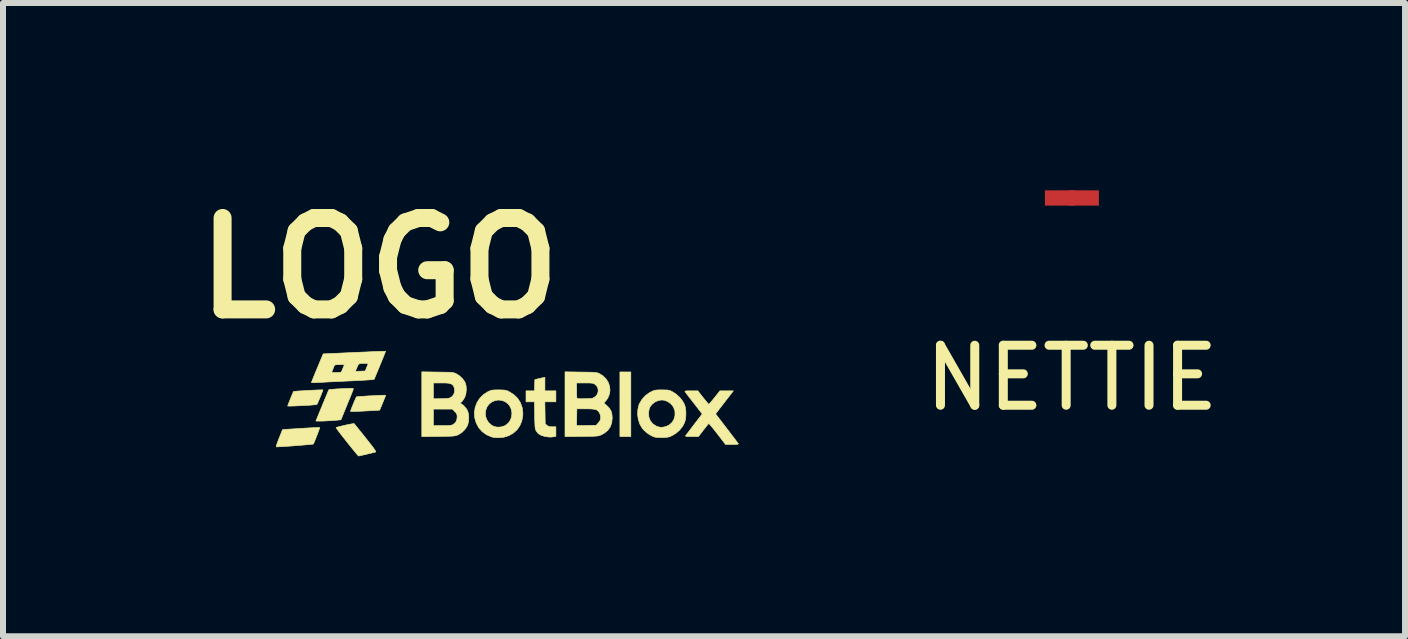
<source format=kicad_pcb>
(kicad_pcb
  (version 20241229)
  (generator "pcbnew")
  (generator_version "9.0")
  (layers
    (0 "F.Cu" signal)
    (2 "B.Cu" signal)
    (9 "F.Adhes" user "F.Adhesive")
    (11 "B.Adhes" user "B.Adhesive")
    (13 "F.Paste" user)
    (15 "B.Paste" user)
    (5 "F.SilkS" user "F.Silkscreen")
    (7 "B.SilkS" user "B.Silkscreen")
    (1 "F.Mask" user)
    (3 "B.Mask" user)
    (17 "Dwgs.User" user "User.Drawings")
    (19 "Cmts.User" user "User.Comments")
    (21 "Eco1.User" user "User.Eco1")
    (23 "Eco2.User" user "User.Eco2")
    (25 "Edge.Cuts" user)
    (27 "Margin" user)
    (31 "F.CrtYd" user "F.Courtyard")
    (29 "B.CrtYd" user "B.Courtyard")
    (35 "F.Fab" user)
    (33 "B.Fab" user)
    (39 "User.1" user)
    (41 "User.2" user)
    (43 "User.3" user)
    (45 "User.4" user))
  (footprint "LOGO"
    (layer "F.Cu")
    (at 5.403 3.678)
    (property "Reference" "LOGO" (at -2.13 -2.26 0) (layer "F.SilkS") (effects (font (size 1.524 1.524) (thickness 0.3))))
    (attr through_hole)
    (fp_poly (pts (xy 2.062 0.549) (xy 1.88 0.549) (xy 1.88 -0.528) (xy 2.062 -0.528) (xy 2.062 0.549)) (stroke (width 0.01) (type solid)) (fill yes) (layer "F.SilkS"))
    (fp_poly (pts (xy -2.026 -0.139) (xy -2.028 -0.129) (xy -2.037 -0.104) (xy -2.052 -0.067) (xy -2.07 -0.023) (xy -2.074 -0.013) (xy -2.125 0.109) (xy -2.228 0.115) (xy -2.335 0.121) (xy -2.426 0.126) (xy -2.499 0.129) (xy -2.555 0.131) (xy -2.592 0.131) (xy -2.61 0.129) (xy -2.611 0.128) (xy -2.607 0.115) (xy -2.597 0.089) (xy -2.583 0.052) (xy -2.566 0.011) (xy -2.549 -0.03) (xy -2.533 -0.067) (xy -2.52 -0.096) (xy -2.512 -0.112) (xy -2.511 -0.113) (xy -2.5 -0.115) (xy -2.472 -0.118) (xy -2.43 -0.121) (xy -2.379 -0.124) (xy -2.321 -0.128) (xy -2.26 -0.131) (xy -2.2 -0.134) (xy -2.144 -0.137) (xy -2.095 -0.139) (xy -2.056 -0.14) (xy -2.032 -0.14) (xy -2.026 -0.139)) (stroke (width 0.01) (type solid)) (fill yes) (layer "F.SilkS"))
    (fp_poly (pts (xy -3.126 0.398) (xy -3.124 0.398) (xy -3.126 0.408) (xy -3.134 0.433) (xy -3.147 0.469) (xy -3.163 0.511) (xy -3.18 0.555) (xy -3.197 0.598) (xy -3.212 0.635) (xy -3.224 0.661) (xy -3.231 0.674) (xy -3.242 0.676) (xy -3.27 0.679) (xy -3.313 0.683) (xy -3.366 0.688) (xy -3.428 0.693) (xy -3.496 0.698) (xy -3.565 0.704) (xy -3.634 0.709) (xy -3.699 0.713) (xy -3.758 0.717) (xy -3.806 0.719) (xy -3.842 0.721) (xy -3.847 0.721) (xy -3.848 0.712) (xy -3.842 0.688) (xy -3.829 0.65) (xy -3.811 0.601) (xy -3.801 0.577) (xy -3.743 0.432) (xy -3.436 0.413) (xy -3.359 0.408) (xy -3.289 0.404) (xy -3.228 0.401) (xy -3.179 0.399) (xy -3.144 0.398) (xy -3.126 0.398)) (stroke (width 0.01) (type solid)) (fill yes) (layer "F.SilkS"))
    (fp_poly (pts (xy 0.63 -0.213) (xy 0.813 -0.213) (xy 0.813 -0.03) (xy 0.629 -0.03) (xy 0.632 0.153) (xy 0.635 0.337) (xy 0.664 0.362) (xy 0.685 0.376) (xy 0.71 0.384) (xy 0.747 0.386) (xy 0.752 0.386) (xy 0.813 0.386) (xy 0.813 0.546) (xy 0.775 0.552) (xy 0.74 0.557) (xy 0.707 0.557) (xy 0.667 0.553) (xy 0.63 0.547) (xy 0.568 0.529) (xy 0.518 0.498) (xy 0.484 0.455) (xy 0.482 0.45) (xy 0.475 0.435) (xy 0.47 0.417) (xy 0.466 0.393) (xy 0.464 0.36) (xy 0.462 0.316) (xy 0.46 0.257) (xy 0.459 0.191) (xy 0.456 -0.03) (xy 0.315 -0.03) (xy 0.315 -0.213) (xy 0.456 -0.213) (xy 0.459 -0.307) (xy 0.462 -0.4) (xy 0.509 -0.412) (xy 0.547 -0.421) (xy 0.584 -0.429) (xy 0.593 -0.431) (xy 0.63 -0.438) (xy 0.63 -0.213)) (stroke (width 0.01) (type solid)) (fill yes) (layer "F.SilkS"))
    (fp_poly (pts (xy -3.071 -0.229) (xy -3.073 -0.22) (xy -3.082 -0.195) (xy -3.095 -0.161) (xy -3.111 -0.121) (xy -3.128 -0.08) (xy -3.145 -0.042) (xy -3.158 -0.01) (xy -3.168 0.009) (xy -3.17 0.013) (xy -3.182 0.016) (xy -3.21 0.019) (xy -3.251 0.023) (xy -3.302 0.027) (xy -3.359 0.03) (xy -3.42 0.033) (xy -3.48 0.036) (xy -3.536 0.039) (xy -3.586 0.04) (xy -3.625 0.041) (xy -3.65 0.04) (xy -3.658 0.039) (xy -3.654 0.027) (xy -3.644 0.001) (xy -3.63 -0.035) (xy -3.614 -0.075) (xy -3.597 -0.117) (xy -3.581 -0.155) (xy -3.569 -0.184) (xy -3.561 -0.201) (xy -3.56 -0.203) (xy -3.549 -0.204) (xy -3.521 -0.207) (xy -3.48 -0.21) (xy -3.429 -0.213) (xy -3.372 -0.216) (xy -3.311 -0.22) (xy -3.25 -0.223) (xy -3.193 -0.226) (xy -3.144 -0.228) (xy -3.104 -0.229) (xy -3.079 -0.23) (xy -3.071 -0.229)) (stroke (width 0.01) (type solid)) (fill yes) (layer "F.SilkS"))
    (fp_poly (pts (xy -2.583 -0.255) (xy -2.57 -0.253) (xy -2.564 -0.249) (xy -2.564 -0.243) (xy -2.565 -0.239) (xy -2.57 -0.224) (xy -2.582 -0.193) (xy -2.599 -0.149) (xy -2.621 -0.095) (xy -2.647 -0.033) (xy -2.67 0.025) (xy -2.77 0.269) (xy -2.836 0.276) (xy -2.887 0.28) (xy -2.943 0.284) (xy -3.001 0.287) (xy -3.056 0.29) (xy -3.106 0.291) (xy -3.147 0.291) (xy -3.175 0.291) (xy -3.187 0.289) (xy -3.188 0.288) (xy -3.182 0.277) (xy -3.171 0.249) (xy -3.154 0.208) (xy -3.132 0.155) (xy -3.107 0.094) (xy -3.079 0.026) (xy -3.079 0.025) (xy -3.051 -0.042) (xy -3.026 -0.103) (xy -3.004 -0.155) (xy -2.987 -0.196) (xy -2.975 -0.223) (xy -2.97 -0.234) (xy -2.97 -0.234) (xy -2.959 -0.236) (xy -2.931 -0.238) (xy -2.888 -0.241) (xy -2.835 -0.245) (xy -2.774 -0.248) (xy -2.762 -0.249) (xy -2.693 -0.252) (xy -2.642 -0.254) (xy -2.606 -0.255) (xy -2.583 -0.255)) (stroke (width 0.01) (type solid)) (fill yes) (layer "F.SilkS"))
    (fp_poly (pts (xy -2.549 0.333) (xy -2.542 0.343) (xy -2.523 0.366) (xy -2.495 0.401) (xy -2.459 0.446) (xy -2.417 0.498) (xy -2.37 0.556) (xy -2.359 0.571) (xy -2.304 0.64) (xy -2.261 0.695) (xy -2.229 0.737) (xy -2.208 0.768) (xy -2.195 0.788) (xy -2.19 0.801) (xy -2.192 0.806) (xy -2.192 0.807) (xy -2.212 0.812) (xy -2.244 0.82) (xy -2.286 0.83) (xy -2.332 0.841) (xy -2.378 0.852) (xy -2.42 0.861) (xy -2.453 0.868) (xy -2.474 0.873) (xy -2.478 0.873) (xy -2.485 0.865) (xy -2.504 0.844) (xy -2.532 0.81) (xy -2.568 0.766) (xy -2.61 0.714) (xy -2.656 0.657) (xy -2.67 0.639) (xy -2.717 0.579) (xy -2.76 0.525) (xy -2.796 0.478) (xy -2.824 0.44) (xy -2.843 0.414) (xy -2.851 0.4) (xy -2.851 0.399) (xy -2.839 0.394) (xy -2.811 0.386) (xy -2.773 0.377) (xy -2.727 0.366) (xy -2.68 0.355) (xy -2.634 0.346) (xy -2.594 0.338) (xy -2.565 0.334) (xy -2.55 0.333) (xy -2.549 0.333)) (stroke (width 0.01) (type solid)) (fill yes) (layer "F.SilkS"))
    (fp_poly (pts (xy -0.09 -0.228) (xy -0.053 -0.226) (xy -0.025 -0.222) (xy -0.001 -0.215) (xy 0.025 -0.204) (xy 0.03 -0.201) (xy 0.11 -0.151) (xy 0.174 -0.09) (xy 0.221 -0.017) (xy 0.251 0.065) (xy 0.262 0.155) (xy 0.261 0.201) (xy 0.245 0.289) (xy 0.212 0.368) (xy 0.164 0.437) (xy 0.102 0.492) (xy 0.029 0.534) (xy -0.055 0.56) (xy -0.146 0.568) (xy -0.146 0.568) (xy -0.189 0.566) (xy -0.231 0.561) (xy -0.259 0.555) (xy -0.344 0.518) (xy -0.416 0.466) (xy -0.473 0.401) (xy -0.515 0.323) (xy -0.54 0.235) (xy -0.546 0.147) (xy -0.544 0.14) (xy -0.362 0.14) (xy -0.36 0.204) (xy -0.341 0.265) (xy -0.306 0.318) (xy -0.258 0.36) (xy -0.218 0.381) (xy -0.163 0.392) (xy -0.102 0.389) (xy -0.044 0.371) (xy -0.025 0.361) (xy 0.022 0.322) (xy 0.056 0.272) (xy 0.075 0.215) (xy 0.08 0.154) (xy 0.069 0.094) (xy 0.043 0.038) (xy 0.016 0.005) (xy -0.036 -0.034) (xy -0.092 -0.055) (xy -0.15 -0.06) (xy -0.207 -0.049) (xy -0.26 -0.025) (xy -0.305 0.013) (xy -0.339 0.062) (xy -0.36 0.123) (xy -0.362 0.14) (xy -0.544 0.14) (xy -0.532 0.061) (xy -0.501 -0.019) (xy -0.455 -0.091) (xy -0.393 -0.152) (xy -0.318 -0.2) (xy -0.318 -0.2) (xy -0.29 -0.212) (xy -0.266 -0.221) (xy -0.24 -0.226) (xy -0.206 -0.228) (xy -0.158 -0.229) (xy -0.142 -0.229) (xy -0.09 -0.228)) (stroke (width 0.01) (type solid)) (fill yes) (layer "F.SilkS"))
    (fp_poly (pts (xy 3.266 -0.102) (xy 3.299 -0.061) (xy 3.327 -0.027) (xy 3.348 -0.003) (xy 3.36 0.009) (xy 3.362 0.01) (xy 3.371 0.003) (xy 3.389 -0.018) (xy 3.416 -0.049) (xy 3.447 -0.087) (xy 3.459 -0.102) (xy 3.547 -0.213) (xy 3.771 -0.213) (xy 3.687 -0.104) (xy 3.648 -0.054) (xy 3.607 -0.000021) (xy 3.567 0.051) (xy 3.539 0.088) (xy 3.475 0.171) (xy 3.662 0.415) (xy 3.709 0.476) (xy 3.752 0.533) (xy 3.79 0.582) (xy 3.82 0.623) (xy 3.842 0.652) (xy 3.854 0.668) (xy 3.855 0.67) (xy 3.85 0.675) (xy 3.827 0.679) (xy 3.784 0.68) (xy 3.752 0.681) (xy 3.641 0.681) (xy 3.505 0.504) (xy 3.465 0.453) (xy 3.429 0.408) (xy 3.398 0.371) (xy 3.376 0.345) (xy 3.363 0.333) (xy 3.361 0.332) (xy 3.352 0.341) (xy 3.334 0.363) (xy 3.308 0.395) (xy 3.278 0.434) (xy 3.271 0.442) (xy 3.189 0.549) (xy 3.077 0.549) (xy 3.026 0.548) (xy 2.994 0.547) (xy 2.977 0.543) (xy 2.973 0.539) (xy 2.974 0.536) (xy 2.983 0.524) (xy 3.002 0.499) (xy 3.03 0.463) (xy 3.064 0.418) (xy 3.102 0.367) (xy 3.118 0.347) (xy 3.252 0.172) (xy 3.117 -0.003) (xy 3.076 -0.055) (xy 3.039 -0.103) (xy 3.008 -0.143) (xy 2.985 -0.174) (xy 2.971 -0.192) (xy 2.969 -0.195) (xy 2.964 -0.203) (xy 2.966 -0.208) (xy 2.978 -0.211) (xy 3.002 -0.213) (xy 3.043 -0.213) (xy 3.067 -0.213) (xy 3.179 -0.213) (xy 3.266 -0.102)) (stroke (width 0.01) (type solid)) (fill yes) (layer "F.SilkS"))
    (fp_poly (pts (xy 2.632 -0.228) (xy 2.668 -0.227) (xy 2.695 -0.223) (xy 2.719 -0.216) (xy 2.743 -0.204) (xy 2.759 -0.196) (xy 2.818 -0.158) (xy 2.873 -0.108) (xy 2.92 -0.051) (xy 2.953 0.007) (xy 2.957 0.017) (xy 2.97 0.058) (xy 2.977 0.1) (xy 2.98 0.154) (xy 2.98 0.168) (xy 2.978 0.224) (xy 2.972 0.268) (xy 2.96 0.309) (xy 2.957 0.318) (xy 2.924 0.38) (xy 2.876 0.44) (xy 2.817 0.492) (xy 2.756 0.53) (xy 2.72 0.547) (xy 2.689 0.557) (xy 2.655 0.562) (xy 2.61 0.565) (xy 2.597 0.565) (xy 2.55 0.565) (xy 2.504 0.563) (xy 2.469 0.559) (xy 2.461 0.558) (xy 2.417 0.541) (xy 2.366 0.512) (xy 2.316 0.475) (xy 2.273 0.435) (xy 2.253 0.411) (xy 2.213 0.343) (xy 2.187 0.265) (xy 2.175 0.182) (xy 2.176 0.16) (xy 2.357 0.16) (xy 2.364 0.227) (xy 2.387 0.286) (xy 2.427 0.335) (xy 2.481 0.372) (xy 2.52 0.387) (xy 2.561 0.395) (xy 2.606 0.391) (xy 2.649 0.381) (xy 2.705 0.354) (xy 2.75 0.313) (xy 2.781 0.261) (xy 2.798 0.2) (xy 2.798 0.135) (xy 2.794 0.111) (xy 2.77 0.053) (xy 2.731 0.004) (xy 2.68 -0.033) (xy 2.622 -0.056) (xy 2.577 -0.061) (xy 2.522 -0.052) (xy 2.468 -0.029) (xy 2.421 0.006) (xy 2.385 0.049) (xy 2.368 0.088) (xy 2.357 0.16) (xy 2.176 0.16) (xy 2.179 0.099) (xy 2.197 0.022) (xy 2.207 -0.002) (xy 2.251 -0.074) (xy 2.309 -0.137) (xy 2.378 -0.186) (xy 2.396 -0.195) (xy 2.426 -0.21) (xy 2.451 -0.219) (xy 2.477 -0.225) (xy 2.508 -0.228) (xy 2.551 -0.229) (xy 2.58 -0.229) (xy 2.632 -0.228)) (stroke (width 0.01) (type solid)) (fill yes) (layer "F.SilkS"))
    (fp_poly (pts (xy -2.027 -0.872) (xy -2.03 -0.862) (xy -2.04 -0.836) (xy -2.055 -0.797) (xy -2.075 -0.746) (xy -2.1 -0.687) (xy -2.119 -0.64) (xy -2.145 -0.576) (xy -2.169 -0.519) (xy -2.19 -0.47) (xy -2.205 -0.433) (xy -2.214 -0.41) (xy -2.217 -0.404) (xy -2.227 -0.402) (xy -2.256 -0.399) (xy -2.301 -0.396) (xy -2.36 -0.392) (xy -2.43 -0.388) (xy -2.511 -0.384) (xy -2.599 -0.379) (xy -2.657 -0.377) (xy -2.753 -0.372) (xy -2.845 -0.368) (xy -2.932 -0.364) (xy -3.01 -0.36) (xy -3.077 -0.356) (xy -3.13 -0.354) (xy -3.167 -0.352) (xy -3.178 -0.351) (xy -3.216 -0.349) (xy -3.245 -0.349) (xy -3.26 -0.351) (xy -3.261 -0.353) (xy -3.258 -0.364) (xy -3.247 -0.391) (xy -3.231 -0.431) (xy -3.21 -0.483) (xy -3.195 -0.518) (xy -2.926 -0.518) (xy -2.846 -0.518) (xy -2.798 -0.52) (xy -2.77 -0.524) (xy -2.761 -0.531) (xy -2.758 -0.538) (xy -2.529 -0.538) (xy -2.447 -0.541) (xy -2.365 -0.544) (xy -2.341 -0.604) (xy -2.328 -0.635) (xy -2.319 -0.658) (xy -2.316 -0.667) (xy -2.326 -0.669) (xy -2.35 -0.67) (xy -2.385 -0.671) (xy -2.391 -0.671) (xy -2.433 -0.67) (xy -2.459 -0.666) (xy -2.477 -0.654) (xy -2.491 -0.63) (xy -2.507 -0.592) (xy -2.507 -0.591) (xy -2.529 -0.538) (xy -2.758 -0.538) (xy -2.754 -0.547) (xy -2.743 -0.575) (xy -2.734 -0.597) (xy -2.713 -0.65) (xy -2.793 -0.65) (xy -2.84 -0.649) (xy -2.869 -0.644) (xy -2.878 -0.638) (xy -2.885 -0.621) (xy -2.896 -0.594) (xy -2.905 -0.572) (xy -2.926 -0.518) (xy -3.195 -0.518) (xy -3.185 -0.543) (xy -3.164 -0.594) (xy -3.066 -0.829) (xy -2.548 -0.853) (xy -2.448 -0.857) (xy -2.354 -0.861) (xy -2.268 -0.865) (xy -2.192 -0.868) (xy -2.128 -0.87) (xy -2.078 -0.872) (xy -2.044 -0.873) (xy -2.028 -0.873) (xy -2.027 -0.872)) (stroke (width 0.01) (type solid)) (fill yes) (layer "F.SilkS"))
    (fp_poly (pts (xy 1.227 -0.526) (xy 1.308 -0.525) (xy 1.371 -0.524) (xy 1.419 -0.523) (xy 1.455 -0.52) (xy 1.482 -0.517) (xy 1.503 -0.514) (xy 1.519 -0.508) (xy 1.535 -0.502) (xy 1.599 -0.462) (xy 1.65 -0.411) (xy 1.687 -0.352) (xy 1.709 -0.287) (xy 1.715 -0.219) (xy 1.704 -0.153) (xy 1.677 -0.089) (xy 1.65 -0.053) (xy 1.613 -0.01) (xy 1.661 0.032) (xy 1.704 0.076) (xy 1.732 0.121) (xy 1.747 0.172) (xy 1.752 0.235) (xy 1.752 0.239) (xy 1.744 0.319) (xy 1.719 0.388) (xy 1.678 0.446) (xy 1.619 0.493) (xy 1.576 0.517) (xy 1.558 0.525) (xy 1.542 0.531) (xy 1.525 0.536) (xy 1.503 0.539) (xy 1.475 0.542) (xy 1.437 0.544) (xy 1.386 0.545) (xy 1.321 0.546) (xy 1.242 0.547) (xy 0.965 0.55) (xy 0.965 0.367) (xy 1.158 0.367) (xy 1.485 0.361) (xy 1.519 0.323) (xy 1.55 0.28) (xy 1.561 0.235) (xy 1.553 0.187) (xy 1.546 0.169) (xy 1.531 0.141) (xy 1.514 0.119) (xy 1.491 0.104) (xy 1.459 0.095) (xy 1.416 0.089) (xy 1.357 0.087) (xy 1.311 0.087) (xy 1.163 0.086) (xy 1.16 0.227) (xy 1.158 0.367) (xy 0.965 0.367) (xy 0.965 -0.345) (xy 1.158 -0.345) (xy 1.158 -0.22) (xy 1.159 -0.172) (xy 1.16 -0.131) (xy 1.162 -0.101) (xy 1.165 -0.088) (xy 1.165 -0.088) (xy 1.179 -0.085) (xy 1.207 -0.082) (xy 1.247 -0.081) (xy 1.292 -0.082) (xy 1.338 -0.083) (xy 1.379 -0.085) (xy 1.412 -0.088) (xy 1.429 -0.092) (xy 1.472 -0.117) (xy 1.501 -0.153) (xy 1.516 -0.195) (xy 1.517 -0.239) (xy 1.503 -0.281) (xy 1.472 -0.316) (xy 1.464 -0.322) (xy 1.448 -0.332) (xy 1.432 -0.338) (xy 1.41 -0.342) (xy 1.38 -0.344) (xy 1.336 -0.345) (xy 1.294 -0.345) (xy 1.158 -0.345) (xy 0.965 -0.345) (xy 0.965 -0.53) (xy 1.227 -0.526)) (stroke (width 0.01) (type solid)) (fill yes) (layer "F.SilkS"))
    (fp_poly (pts (xy -1.161 -0.526) (xy -1.081 -0.525) (xy -1.018 -0.524) (xy -0.971 -0.523) (xy -0.935 -0.521) (xy -0.909 -0.518) (xy -0.889 -0.514) (xy -0.872 -0.509) (xy -0.857 -0.502) (xy -0.849 -0.499) (xy -0.793 -0.463) (xy -0.744 -0.417) (xy -0.708 -0.367) (xy -0.7 -0.352) (xy -0.684 -0.298) (xy -0.68 -0.234) (xy -0.686 -0.17) (xy -0.703 -0.113) (xy -0.707 -0.104) (xy -0.727 -0.07) (xy -0.748 -0.041) (xy -0.76 -0.029) (xy -0.777 -0.013) (xy -0.777 -0.004) (xy -0.773 -0.002) (xy -0.749 0.013) (xy -0.719 0.039) (xy -0.69 0.072) (xy -0.667 0.104) (xy -0.661 0.116) (xy -0.645 0.166) (xy -0.639 0.226) (xy -0.642 0.289) (xy -0.655 0.347) (xy -0.664 0.371) (xy -0.699 0.425) (xy -0.748 0.475) (xy -0.806 0.514) (xy -0.822 0.522) (xy -0.837 0.528) (xy -0.853 0.533) (xy -0.873 0.537) (xy -0.898 0.54) (xy -0.933 0.543) (xy -0.979 0.544) (xy -1.039 0.545) (xy -1.116 0.546) (xy -1.146 0.547) (xy -1.422 0.55) (xy -1.422 0.091) (xy -1.229 0.091) (xy -1.229 0.366) (xy -1.078 0.366) (xy -1.019 0.366) (xy -0.977 0.365) (xy -0.947 0.362) (xy -0.926 0.359) (xy -0.91 0.353) (xy -0.895 0.344) (xy -0.893 0.343) (xy -0.859 0.313) (xy -0.84 0.276) (xy -0.833 0.228) (xy -0.833 0.22) (xy -0.835 0.189) (xy -0.843 0.166) (xy -0.861 0.143) (xy -0.873 0.131) (xy -0.912 0.091) (xy -1.229 0.091) (xy -1.422 0.091) (xy -1.422 -0.345) (xy -1.229 -0.345) (xy -1.229 -0.081) (xy -1.11 -0.082) (xy -1.059 -0.083) (xy -1.012 -0.086) (xy -0.975 -0.09) (xy -0.955 -0.095) (xy -0.917 -0.118) (xy -0.89 -0.154) (xy -0.876 -0.198) (xy -0.876 -0.245) (xy -0.889 -0.285) (xy -0.904 -0.308) (xy -0.923 -0.324) (xy -0.95 -0.335) (xy -0.988 -0.342) (xy -1.041 -0.345) (xy -1.097 -0.345) (xy -1.229 -0.345) (xy -1.422 -0.345) (xy -1.422 -0.53) (xy -1.161 -0.526)) (stroke (width 0.01) (type solid)) (fill yes) (layer "F.SilkS")))
  (footprint "NETTIE"
    (layer "F.Cu")
    (at 14.817 0.25)
    (property "Reference" "NETTIE" (at 0 3 0) (layer "F.SilkS") (effects (font (size 1 1) (thickness 0.15))))
    (attr through_hole)
    (pad "1" smd rect (at -0.2 0) (size 0.5 0.254) (layers "F.Cu" "F.Paste"))
    (pad "2" smd rect (at 0.2 0) (size 0.5 0.254) (layers "F.Cu" "F.Paste")))
  (gr_rect
    (start -3 -3)
    (end 20.37 7.556)
    (stroke (width 0.1) (type default))
    (fill no)
    (layer "Edge.Cuts")))
</source>
